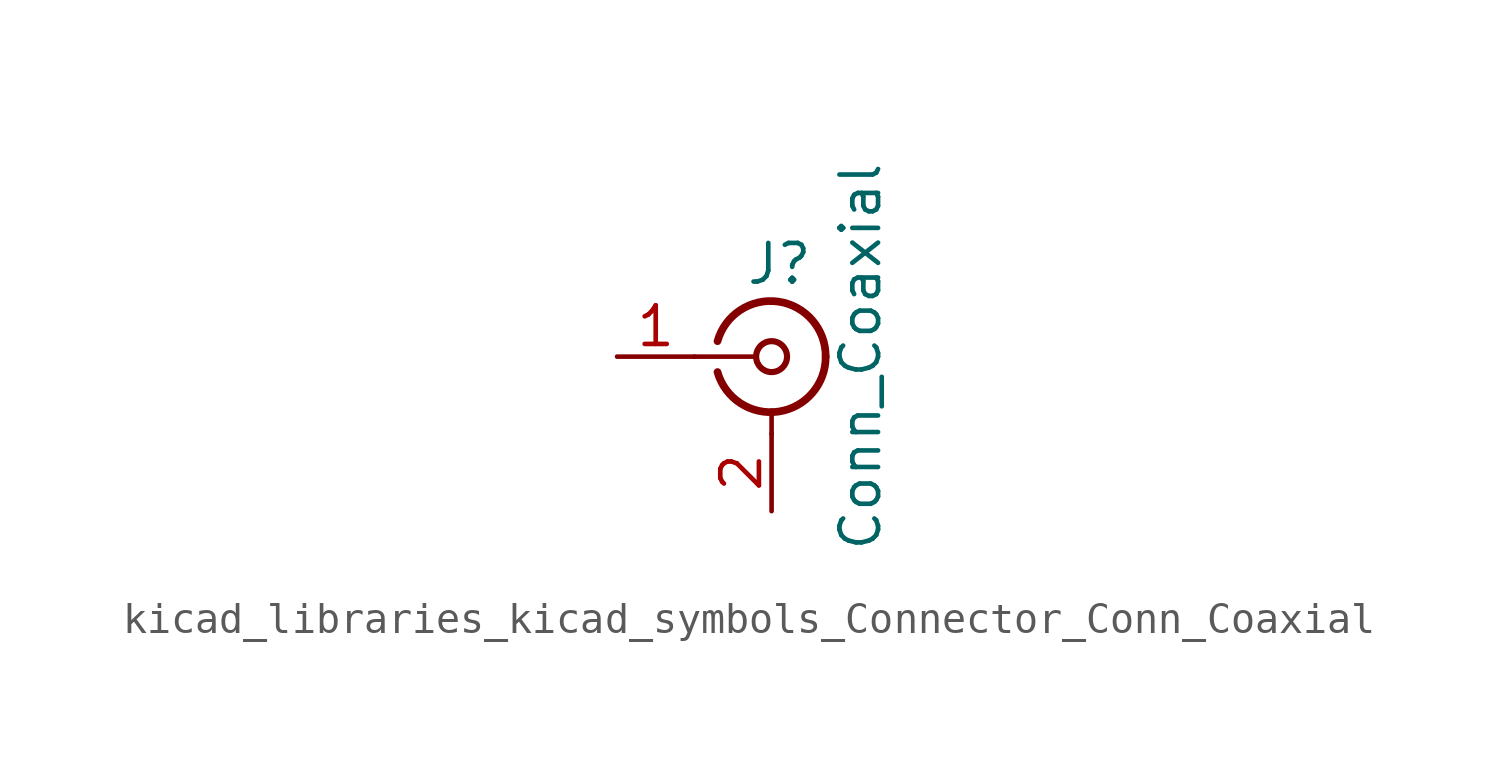
<source format=kicad_sym>
(kicad_symbol_lib
  (version 20220914)
  (generator kicad_symbol_editor)
  (symbol "kicad_libraries_kicad_symbols_Connector_Conn_Coaxial"
    (pin_names
      (offset 1.016) hide)
    (property "Reference" "J"
      (at 0.254 3.048 0)
      (effects (font (size 1.27 1.27))))
    (property "Value" "Conn_Coaxial"
      (at 2.921 0 90)
      (effects (font (size 1.27 1.27))))
    (symbol "kicad_libraries_kicad_symbols_Connector_Conn_Coaxial_0_1"
      (arc (start -1.778 -0.508) (mid 0.2311 -1.8066) (end 1.778 0) (stroke (width 0.254) (type default)) (fill (type none)))
      (polyline (pts (xy -2.54 0) (xy -0.508 0)) (stroke (width 0) (type default)) (fill (type none)))
      (polyline (pts (xy 0 -2.54) (xy 0 -1.778)) (stroke (width 0) (type default)) (fill (type none)))
      (circle (center 0 0) (radius 0.508) (stroke (width 0.203) (type default)) (fill (type none)))
      (arc (start 1.778 0) (mid 0.2099 1.8101) (end -1.778 0.508) (stroke (width 0.254) (type default)) (fill (type none))))
    (symbol "kicad_libraries_kicad_symbols_Connector_Conn_Coaxial_1_1"
      (pin passive line (at -5.08 0 0) (length 2.54) (name "In" (effects (font (size 1.27 1.27)))) (number "1" (effects (font (size 1.27 1.27)))))
      (pin passive line (at 0 -5.08 90) (length 2.54) (name "Ext" (effects (font (size 1.27 1.27)))) (number "2" (effects (font (size 1.27 1.27))))))))
</source>
